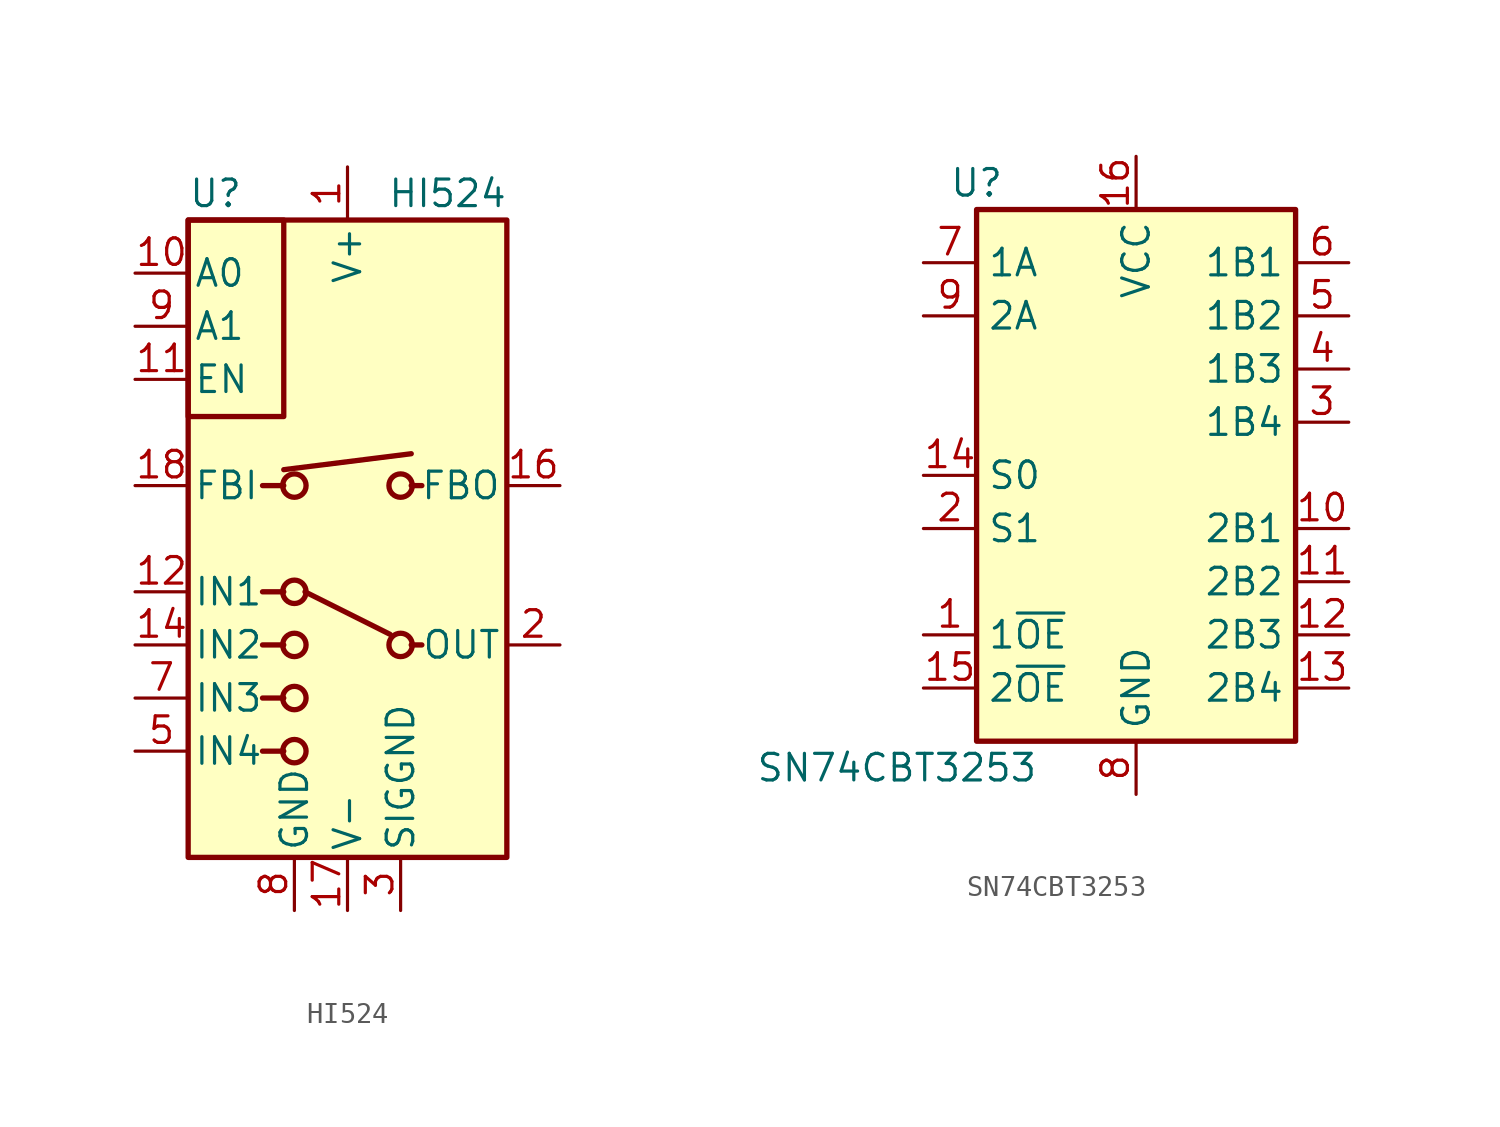
<source format=kicad_sym>
(kicad_symbol_lib
  (version 20201005)
  (generator kicad_symbol_editor)
  (symbol "Analog_Switch:HI524"
    (pin_names
      (offset 0.254))
    (property "Reference" "U"
      (at -7.62 16.51 0)
      (effects (font (size 1.27 1.27)) (justify left)))
    (property "Value" "HI524"
      (at 1.905 16.51 0)
      (effects (font (size 1.27 1.27)) (justify left)))
    (symbol "HI524_0_1"
      (circle (center -2.54 -10.16) (radius 0.559) (stroke (width 0.254)) (fill (type none)))
      (circle (center -2.54 -7.62) (radius 0.559) (stroke (width 0.254)) (fill (type none)))
      (circle (center -2.54 -5.08) (radius 0.559) (stroke (width 0.254)) (fill (type none)))
      (circle (center -2.54 -2.54) (radius 0.559) (stroke (width 0.254)) (fill (type none)))
      (circle (center -2.54 2.54) (radius 0.559) (stroke (width 0.254)) (fill (type none)))
      (circle (center 2.54 -5.08) (radius 0.559) (stroke (width 0.254)) (fill (type none)))
      (circle (center 2.54 2.54) (radius 0.559) (stroke (width 0.254)) (fill (type none)))
      (rectangle (start -7.62 5.842) (end -3.048 15.24) (stroke (width 0.254)) (fill (type none)))
      (rectangle (start -7.62 -15.24) (end 7.62 15.24) (stroke (width 0.254)) (fill (type background)))
      (polyline (pts (xy -4.064 -10.16) (xy -3.048 -10.16)) (stroke (width 0.254)) (fill (type none)))
      (polyline (pts (xy -4.064 -5.08) (xy -3.048 -5.08)) (stroke (width 0.254)) (fill (type none)))
      (polyline (pts (xy -3.048 -7.62) (xy -4.064 -7.62)) (stroke (width 0.254)) (fill (type none)))
      (polyline (pts (xy -3.048 -2.54) (xy -4.064 -2.54)) (stroke (width 0.254)) (fill (type none)))
      (polyline (pts (xy -3.048 2.54) (xy -4.064 2.54)) (stroke (width 0.254)) (fill (type none)))
      (polyline (pts (xy -3.048 3.302) (xy 3.048 4.064)) (stroke (width 0.254)) (fill (type none)))
      (polyline (pts (xy 2.032 -4.572) (xy -2.032 -2.54)) (stroke (width 0.254)) (fill (type none)))
      (polyline (pts (xy 3.048 -5.08) (xy 3.556 -5.08)) (stroke (width 0.254)) (fill (type none)))
      (polyline (pts (xy 3.048 2.54) (xy 3.556 2.54)) (stroke (width 0.254)) (fill (type none))))
    (symbol "HI524_1_1"
      (pin power_in line (at 0 17.78 270) (length 2.54) (name "V+" (effects (font (size 1.27 1.27)))) (number "1" (effects (font (size 1.27 1.27)))))
      (pin input line (at -10.16 12.7 0) (length 2.54) (name "A0" (effects (font (size 1.27 1.27)))) (number "10" (effects (font (size 1.27 1.27)))))
      (pin input line (at -10.16 7.62 0) (length 2.54) (name "EN" (effects (font (size 1.27 1.27)))) (number "11" (effects (font (size 1.27 1.27)))))
      (pin input line (at -10.16 -2.54 0) (length 2.54) (name "IN1" (effects (font (size 1.27 1.27)))) (number "12" (effects (font (size 1.27 1.27)))))
      (pin passive line (at 2.54 -17.78 90) (length 2.54) hide (name "SIGGND" (effects (font (size 1.27 1.27)))) (number "13" (effects (font (size 1.27 1.27)))))
      (pin input line (at -10.16 -5.08 0) (length 2.54) (name "IN2" (effects (font (size 1.27 1.27)))) (number "14" (effects (font (size 1.27 1.27)))))
      (pin passive line (at 2.54 -17.78 90) (length 2.54) hide (name "SIGGND" (effects (font (size 1.27 1.27)))) (number "15" (effects (font (size 1.27 1.27)))))
      (pin output line (at 10.16 2.54 180) (length 2.54) (name "FBO" (effects (font (size 1.27 1.27)))) (number "16" (effects (font (size 1.27 1.27)))))
      (pin power_in line (at 0 -17.78 90) (length 2.54) (name "V-" (effects (font (size 1.27 1.27)))) (number "17" (effects (font (size 1.27 1.27)))))
      (pin input line (at -10.16 2.54 0) (length 2.54) (name "FBI" (effects (font (size 1.27 1.27)))) (number "18" (effects (font (size 1.27 1.27)))))
      (pin output line (at 10.16 -5.08 180) (length 2.54) (name "OUT" (effects (font (size 1.27 1.27)))) (number "2" (effects (font (size 1.27 1.27)))))
      (pin power_in line (at 2.54 -17.78 90) (length 2.54) (name "SIGGND" (effects (font (size 1.27 1.27)))) (number "3" (effects (font (size 1.27 1.27)))))
      (pin passive line (at 2.54 -17.78 90) (length 2.54) hide (name "SIGGND" (effects (font (size 1.27 1.27)))) (number "4" (effects (font (size 1.27 1.27)))))
      (pin input line (at -10.16 -10.16 0) (length 2.54) (name "IN4" (effects (font (size 1.27 1.27)))) (number "5" (effects (font (size 1.27 1.27)))))
      (pin passive line (at 2.54 -17.78 90) (length 2.54) hide (name "SIGGND" (effects (font (size 1.27 1.27)))) (number "6" (effects (font (size 1.27 1.27)))))
      (pin input line (at -10.16 -7.62 0) (length 2.54) (name "IN3" (effects (font (size 1.27 1.27)))) (number "7" (effects (font (size 1.27 1.27)))))
      (pin power_in line (at -2.54 -17.78 90) (length 2.54) (name "GND" (effects (font (size 1.27 1.27)))) (number "8" (effects (font (size 1.27 1.27)))))
      (pin input line (at -10.16 10.16 0) (length 2.54) (name "A1" (effects (font (size 1.27 1.27)))) (number "9" (effects (font (size 1.27 1.27)))))))
  (symbol "Analog_Switch:SN74CBT3253"
    (property "Reference" "U"
      (at -7.62 13.97 0)
      (effects (font (size 1.27 1.27))))
    (property "Value" "SN74CBT3253"
      (at -11.43 -13.97 0)
      (effects (font (size 1.27 1.27))))
    (symbol "SN74CBT3253_0_1"
      (rectangle (start 7.62 -12.7) (end 7.62 -12.7) (stroke (width 0)) (fill (type none)))
      (rectangle (start -7.62 12.7) (end 7.62 -12.7) (stroke (width 0.254)) (fill (type background))))
    (symbol "SN74CBT3253_1_1"
      (pin input line (at -10.16 -7.62 0) (length 2.54) (name "1~OE" (effects (font (size 1.27 1.27)))) (number "1" (effects (font (size 1.27 1.27)))))
      (pin bidirectional line (at 10.16 -2.54 180) (length 2.54) (name "2B1" (effects (font (size 1.27 1.27)))) (number "10" (effects (font (size 1.27 1.27)))))
      (pin bidirectional line (at 10.16 -5.08 180) (length 2.54) (name "2B2" (effects (font (size 1.27 1.27)))) (number "11" (effects (font (size 1.27 1.27)))))
      (pin bidirectional line (at 10.16 -7.62 180) (length 2.54) (name "2B3" (effects (font (size 1.27 1.27)))) (number "12" (effects (font (size 1.27 1.27)))))
      (pin bidirectional line (at 10.16 -10.16 180) (length 2.54) (name "2B4" (effects (font (size 1.27 1.27)))) (number "13" (effects (font (size 1.27 1.27)))))
      (pin input line (at -10.16 0 0) (length 2.54) (name "S0" (effects (font (size 1.27 1.27)))) (number "14" (effects (font (size 1.27 1.27)))))
      (pin input line (at -10.16 -10.16 0) (length 2.54) (name "2~OE" (effects (font (size 1.27 1.27)))) (number "15" (effects (font (size 1.27 1.27)))))
      (pin power_in line (at 0 15.24 270) (length 2.54) (name "VCC" (effects (font (size 1.27 1.27)))) (number "16" (effects (font (size 1.27 1.27)))))
      (pin input line (at -10.16 -2.54 0) (length 2.54) (name "S1" (effects (font (size 1.27 1.27)))) (number "2" (effects (font (size 1.27 1.27)))))
      (pin bidirectional line (at 10.16 2.54 180) (length 2.54) (name "1B4" (effects (font (size 1.27 1.27)))) (number "3" (effects (font (size 1.27 1.27)))))
      (pin bidirectional line (at 10.16 5.08 180) (length 2.54) (name "1B3" (effects (font (size 1.27 1.27)))) (number "4" (effects (font (size 1.27 1.27)))))
      (pin bidirectional line (at 10.16 7.62 180) (length 2.54) (name "1B2" (effects (font (size 1.27 1.27)))) (number "5" (effects (font (size 1.27 1.27)))))
      (pin bidirectional line (at 10.16 10.16 180) (length 2.54) (name "1B1" (effects (font (size 1.27 1.27)))) (number "6" (effects (font (size 1.27 1.27)))))
      (pin bidirectional line (at -10.16 10.16 0) (length 2.54) (name "1A" (effects (font (size 1.27 1.27)))) (number "7" (effects (font (size 1.27 1.27)))))
      (pin power_in line (at 0 -15.24 90) (length 2.54) (name "GND" (effects (font (size 1.27 1.27)))) (number "8" (effects (font (size 1.27 1.27)))))
      (pin bidirectional line (at -10.16 7.62 0) (length 2.54) (name "2A" (effects (font (size 1.27 1.27)))) (number "9" (effects (font (size 1.27 1.27))))))))
</source>
